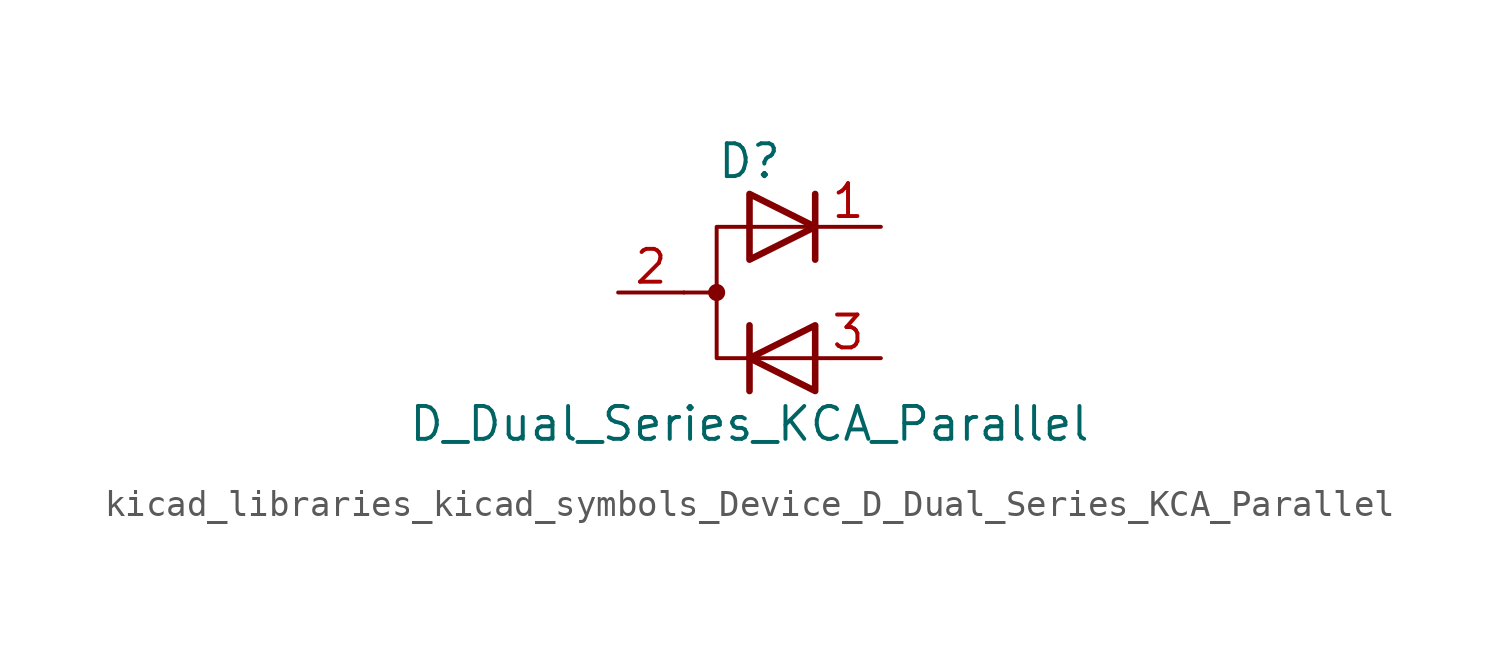
<source format=kicad_sym>
(kicad_symbol_lib
  (version 20220914)
  (generator kicad_symbol_editor)
  (symbol "kicad_libraries_kicad_symbols_Device_D_Dual_Series_KCA_Parallel"
    (pin_names
      (offset 0.762) hide)
    (property "Reference" "D"
      (at 0 5.08 0)
      (effects (font (size 1.27 1.27))))
    (property "Value" "D_Dual_Series_KCA_Parallel"
      (at 0 -5.08 0)
      (effects (font (size 1.27 1.27))))
    (symbol "kicad_libraries_kicad_symbols_Device_D_Dual_Series_KCA_Parallel_0_0"
      (polyline (pts (xy 0 -1.27) (xy 0 -3.81)) (stroke (width 0.254) (type default)) (fill (type none)))
      (polyline (pts (xy 2.54 3.81) (xy 2.54 1.27)) (stroke (width 0.254) (type default)) (fill (type none))))
    (symbol "kicad_libraries_kicad_symbols_Device_D_Dual_Series_KCA_Parallel_0_1"
      (circle (center -1.27 0) (radius 0.254) (stroke (width 0) (type default)) (fill (type outline)))
      (polyline (pts (xy -1.27 0) (xy -2.54 0)) (stroke (width 0) (type default)) (fill (type none)))
      (polyline (pts (xy 2.54 2.54) (xy -1.27 2.54) (xy -1.27 -2.54) (xy 2.54 -2.54)) (stroke (width 0) (type default)) (fill (type none)))
      (polyline (pts (xy 0 3.81) (xy 2.54 2.54) (xy 0 1.27) (xy 0 3.81) (xy 0 3.81) (xy 0 3.81)) (stroke (width 0.254) (type default)) (fill (type none)))
      (polyline (pts (xy 2.54 -1.27) (xy 0 -2.54) (xy 2.54 -3.81) (xy 2.54 -1.27) (xy 2.54 -1.27) (xy 2.54 -1.27)) (stroke (width 0.254) (type default)) (fill (type none)))
      (pin passive line (at 5.08 2.54 180) (length 2.54) (name "K" (effects (font (size 1.27 1.27)))) (number "1" (effects (font (size 1.27 1.27)))))
      (pin passive line (at -5.08 0 0) (length 2.54) (name "A" (effects (font (size 1.27 1.27)))) (number "2" (effects (font (size 1.27 1.27)))))
      (pin passive line (at 5.08 -2.54 180) (length 2.54) (name "K" (effects (font (size 1.27 1.27)))) (number "3" (effects (font (size 1.27 1.27))))))))
</source>
